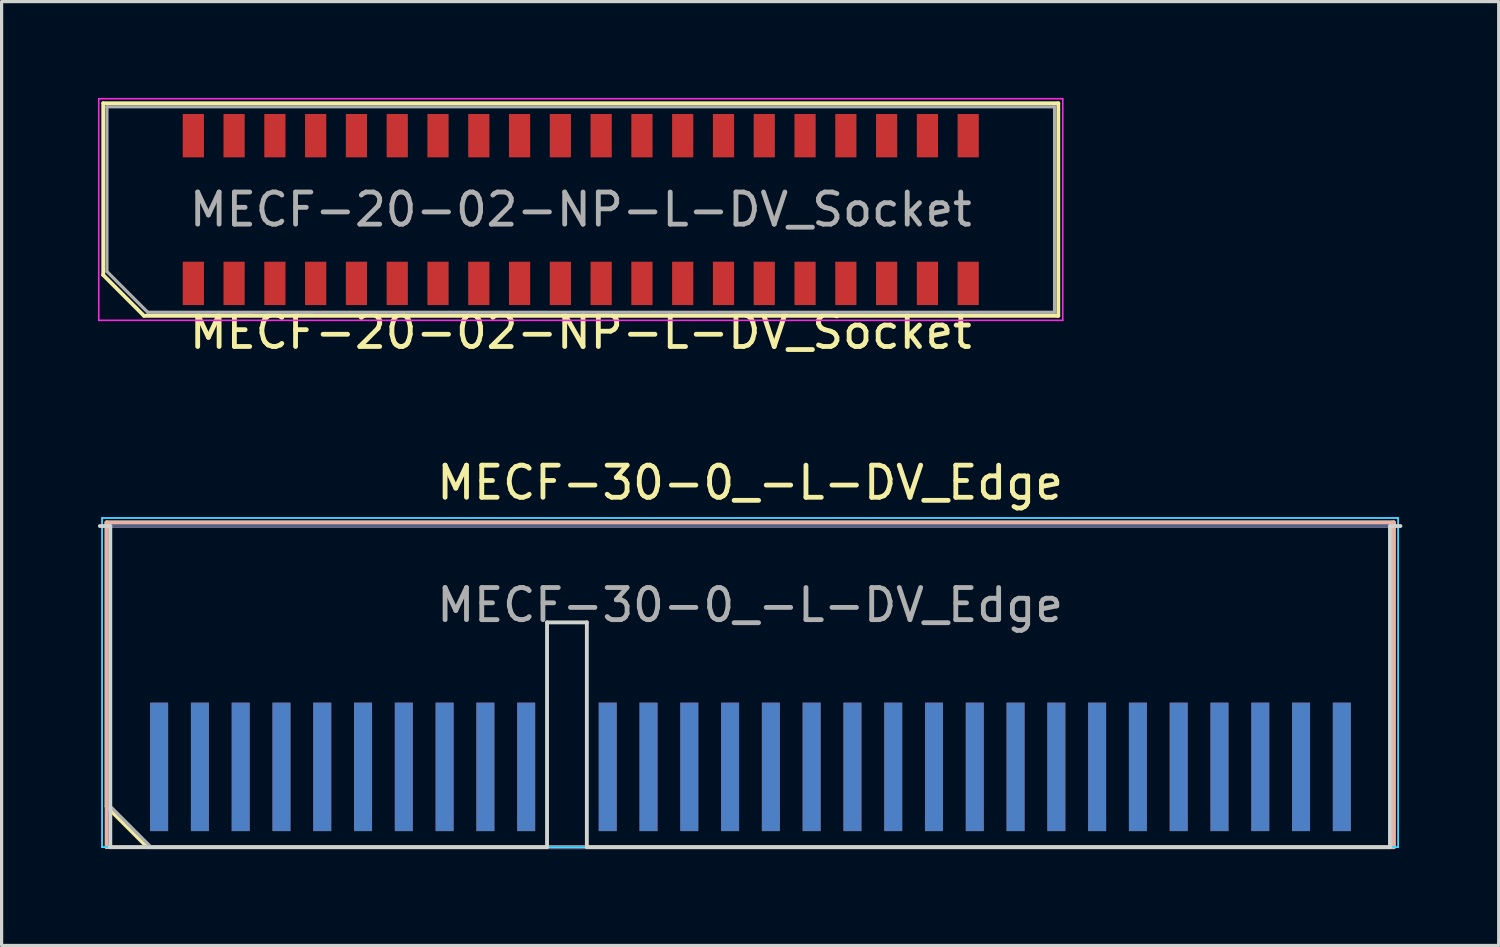
<source format=kicad_pcb>
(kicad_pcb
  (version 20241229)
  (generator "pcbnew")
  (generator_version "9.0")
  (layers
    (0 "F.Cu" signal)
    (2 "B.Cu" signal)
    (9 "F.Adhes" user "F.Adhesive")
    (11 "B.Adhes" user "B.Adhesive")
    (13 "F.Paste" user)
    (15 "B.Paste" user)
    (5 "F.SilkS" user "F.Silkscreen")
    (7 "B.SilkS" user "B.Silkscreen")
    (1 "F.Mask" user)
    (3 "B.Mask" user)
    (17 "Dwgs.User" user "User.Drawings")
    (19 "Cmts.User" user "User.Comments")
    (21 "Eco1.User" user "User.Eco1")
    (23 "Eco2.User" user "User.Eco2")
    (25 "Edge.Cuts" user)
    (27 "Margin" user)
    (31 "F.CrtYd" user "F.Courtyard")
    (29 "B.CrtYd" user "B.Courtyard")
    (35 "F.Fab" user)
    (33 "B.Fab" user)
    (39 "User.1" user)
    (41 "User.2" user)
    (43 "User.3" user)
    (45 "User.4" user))
  (footprint "MECF-30-0_-L-DV_Edge"
    (layer "F.Cu")
    (at 20.31 18.331)
    (property "Reference" "MECF-30-0_-L-DV_Edge" (at 0 -6.35 0) (layer "F.SilkS") (effects (font (size 1 1) (thickness 0.15))))
    (attr exclude_from_pos_files exclude_from_bom)
    (fp_line (start -20.04 -5.11) (end 20.04 -5.11) (stroke (width 0.12) (type solid)) (layer "F.SilkS"))
    (fp_line (start -20.04 3.73) (end -20.04 -5.11) (stroke (width 0.12) (type solid)) (layer "F.SilkS"))
    (fp_line (start -18.77 5) (end -20.04 3.73) (stroke (width 0.12) (type solid)) (layer "F.SilkS"))
    (fp_line (start -18.77 5) (end 20.04 5) (stroke (width 0.12) (type solid)) (layer "F.SilkS"))
    (fp_line (start 20.04 5) (end 20.04 -5.11) (stroke (width 0.12) (type solid)) (layer "F.SilkS"))
    (fp_line (start -20.04 -5.11) (end 20.04 -5.11) (stroke (width 0.12) (type solid)) (layer "B.SilkS"))
    (fp_line (start -20.04 5) (end -20.04 -5.11) (stroke (width 0.12) (type solid)) (layer "B.SilkS"))
    (fp_line (start -20.04 5) (end 20.04 5) (stroke (width 0.12) (type solid)) (layer "B.SilkS"))
    (fp_line (start 20.04 5) (end 20.04 -5.11) (stroke (width 0.12) (type solid)) (layer "B.SilkS"))
    (fp_line (start -20.25 -5) (end -19.925 -5) (stroke (width 0.12) (type solid)) (layer "Edge.Cuts"))
    (fp_line (start -19.925 5) (end -19.925 -5) (stroke (width 0.12) (type solid)) (layer "Edge.Cuts"))
    (fp_line (start -19.925 5) (end -6.325 5) (stroke (width 0.12) (type solid)) (layer "Edge.Cuts"))
    (fp_line (start -6.325 -2) (end -5.085 -2) (stroke (width 0.12) (type solid)) (layer "Edge.Cuts"))
    (fp_line (start -6.325 5) (end -6.325 -2) (stroke (width 0.12) (type solid)) (layer "Edge.Cuts"))
    (fp_line (start -5.085 5) (end -5.085 -2) (stroke (width 0.12) (type solid)) (layer "Edge.Cuts"))
    (fp_line (start -5.085 5) (end 19.925 5) (stroke (width 0.12) (type solid)) (layer "Edge.Cuts"))
    (fp_line (start 19.925 5) (end 19.925 -5) (stroke (width 0.12) (type solid)) (layer "Edge.Cuts"))
    (fp_line (start 20.25 -5) (end 19.925 -5) (stroke (width 0.12) (type solid)) (layer "Edge.Cuts"))
    (fp_line (start -20.18 -5.25) (end -20.18 5) (stroke (width 0.05) (type solid)) (layer "B.CrtYd"))
    (fp_line (start -20.18 5) (end 20.18 5) (stroke (width 0.05) (type solid)) (layer "B.CrtYd"))
    (fp_line (start 20.18 -5.25) (end -20.18 -5.25) (stroke (width 0.05) (type solid)) (layer "B.CrtYd"))
    (fp_line (start 20.18 5) (end 20.18 -5.25) (stroke (width 0.05) (type solid)) (layer "B.CrtYd"))
    (fp_line (start -20.18 -5.25) (end -20.18 5) (stroke (width 0.05) (type solid)) (layer "F.CrtYd"))
    (fp_line (start -20.18 5) (end 20.18 5) (stroke (width 0.05) (type solid)) (layer "F.CrtYd"))
    (fp_line (start 20.18 -5.25) (end -20.18 -5.25) (stroke (width 0.05) (type solid)) (layer "F.CrtYd"))
    (fp_line (start 20.18 5) (end 20.18 -5.25) (stroke (width 0.05) (type solid)) (layer "F.CrtYd"))
    (fp_line (start -19.925 -5) (end 19.925 -5) (stroke (width 0.1) (type solid)) (layer "B.Fab"))
    (fp_line (start -19.925 5) (end -19.925 -5) (stroke (width 0.1) (type solid)) (layer "B.Fab"))
    (fp_line (start -19.925 5) (end 19.925 5) (stroke (width 0.1) (type solid)) (layer "B.Fab"))
    (fp_line (start 19.925 5) (end 19.925 -5) (stroke (width 0.1) (type solid)) (layer "B.Fab"))
    (fp_line (start -19.925 -5) (end 19.925 -5) (stroke (width 0.1) (type solid)) (layer "F.Fab"))
    (fp_line (start -19.925 3.73) (end -19.925 -5) (stroke (width 0.1) (type solid)) (layer "F.Fab"))
    (fp_line (start -19.925 3.73) (end -18.655 5) (stroke (width 0.1) (type solid)) (layer "F.Fab"))
    (fp_line (start -18.655 5) (end 19.925 5) (stroke (width 0.1) (type solid)) (layer "F.Fab"))
    (fp_line (start 19.925 5) (end 19.925 -5) (stroke (width 0.1) (type solid)) (layer "F.Fab"))
    (fp_text user "${REFERENCE}" (at 0 -2.54 0) (layer "F.Fab") (effects (font (size 1 1) (thickness 0.15))))
    (pad "1" smd rect (at -18.405 2.5) (size 0.56 4) (layers "F.Cu" "F.Mask" "F.Paste"))
    (pad "2" smd rect (at -18.405 2.5) (size 0.56 4) (layers "B.Cu" "B.Mask" "B.Paste"))
    (pad "3" smd rect (at -17.135 2.5) (size 0.56 4) (layers "F.Cu" "F.Mask" "F.Paste"))
    (pad "4" smd rect (at -17.135 2.5) (size 0.56 4) (layers "B.Cu" "B.Mask" "B.Paste"))
    (pad "5" smd rect (at -15.865 2.5) (size 0.56 4) (layers "F.Cu" "F.Mask" "F.Paste"))
    (pad "6" smd rect (at -15.865 2.5) (size 0.56 4) (layers "B.Cu" "B.Mask" "B.Paste"))
    (pad "7" smd rect (at -14.595 2.5) (size 0.56 4) (layers "F.Cu" "F.Mask" "F.Paste"))
    (pad "8" smd rect (at -14.595 2.5) (size 0.56 4) (layers "B.Cu" "B.Mask" "B.Paste"))
    (pad "9" smd rect (at -13.325 2.5) (size 0.56 4) (layers "F.Cu" "F.Mask" "F.Paste"))
    (pad "10" smd rect (at -13.325 2.5) (size 0.56 4) (layers "B.Cu" "B.Mask" "B.Paste"))
    (pad "11" smd rect (at -12.055 2.5) (size 0.56 4) (layers "F.Cu" "F.Mask" "F.Paste"))
    (pad "12" smd rect (at -12.055 2.5) (size 0.56 4) (layers "B.Cu" "B.Mask" "B.Paste"))
    (pad "13" smd rect (at -10.785 2.5) (size 0.56 4) (layers "F.Cu" "F.Mask" "F.Paste"))
    (pad "14" smd rect (at -10.785 2.5) (size 0.56 4) (layers "B.Cu" "B.Mask" "B.Paste"))
    (pad "15" smd rect (at -9.515 2.5) (size 0.56 4) (layers "F.Cu" "F.Mask" "F.Paste"))
    (pad "16" smd rect (at -9.515 2.5) (size 0.56 4) (layers "B.Cu" "B.Mask" "B.Paste"))
    (pad "17" smd rect (at -8.245 2.5) (size 0.56 4) (layers "F.Cu" "F.Mask" "F.Paste"))
    (pad "18" smd rect (at -8.245 2.5) (size 0.56 4) (layers "B.Cu" "B.Mask" "B.Paste"))
    (pad "19" smd rect (at -6.975 2.5) (size 0.56 4) (layers "F.Cu" "F.Mask" "F.Paste"))
    (pad "20" smd rect (at -6.975 2.5) (size 0.56 4) (layers "B.Cu" "B.Mask" "B.Paste"))
    (pad "23" smd rect (at -4.435 2.5) (size 0.56 4) (layers "F.Cu" "F.Mask" "F.Paste"))
    (pad "24" smd rect (at -4.435 2.5) (size 0.56 4) (layers "B.Cu" "B.Mask" "B.Paste"))
    (pad "25" smd rect (at -3.165 2.5) (size 0.56 4) (layers "F.Cu" "F.Mask" "F.Paste"))
    (pad "26" smd rect (at -3.165 2.5) (size 0.56 4) (layers "B.Cu" "B.Mask" "B.Paste"))
    (pad "27" smd rect (at -1.895 2.5) (size 0.56 4) (layers "F.Cu" "F.Mask" "F.Paste"))
    (pad "28" smd rect (at -1.895 2.5) (size 0.56 4) (layers "B.Cu" "B.Mask" "B.Paste"))
    (pad "29" smd rect (at -0.625 2.5) (size 0.56 4) (layers "F.Cu" "F.Mask" "F.Paste"))
    (pad "30" smd rect (at -0.625 2.5) (size 0.56 4) (layers "B.Cu" "B.Mask" "B.Paste"))
    (pad "31" smd rect (at 0.645 2.5) (size 0.56 4) (layers "F.Cu" "F.Mask" "F.Paste"))
    (pad "32" smd rect (at 0.645 2.5) (size 0.56 4) (layers "B.Cu" "B.Mask" "B.Paste"))
    (pad "33" smd rect (at 1.915 2.5) (size 0.56 4) (layers "F.Cu" "F.Mask" "F.Paste"))
    (pad "34" smd rect (at 1.915 2.5) (size 0.56 4) (layers "B.Cu" "B.Mask" "B.Paste"))
    (pad "35" smd rect (at 3.185 2.5) (size 0.56 4) (layers "F.Cu" "F.Mask" "F.Paste"))
    (pad "36" smd rect (at 3.185 2.5) (size 0.56 4) (layers "B.Cu" "B.Mask" "B.Paste"))
    (pad "37" smd rect (at 4.455 2.5) (size 0.56 4) (layers "F.Cu" "F.Mask" "F.Paste"))
    (pad "38" smd rect (at 4.455 2.5) (size 0.56 4) (layers "B.Cu" "B.Mask" "B.Paste"))
    (pad "39" smd rect (at 5.725 2.5) (size 0.56 4) (layers "F.Cu" "F.Mask" "F.Paste"))
    (pad "40" smd rect (at 5.725 2.5) (size 0.56 4) (layers "B.Cu" "B.Mask" "B.Paste"))
    (pad "41" smd rect (at 6.995 2.5) (size 0.56 4) (layers "F.Cu" "F.Mask" "F.Paste"))
    (pad "42" smd rect (at 6.995 2.5) (size 0.56 4) (layers "B.Cu" "B.Mask" "B.Paste"))
    (pad "43" smd rect (at 8.265 2.5) (size 0.56 4) (layers "F.Cu" "F.Mask" "F.Paste"))
    (pad "44" smd rect (at 8.265 2.5) (size 0.56 4) (layers "B.Cu" "B.Mask" "B.Paste"))
    (pad "45" smd rect (at 9.535 2.5) (size 0.56 4) (layers "F.Cu" "F.Mask" "F.Paste"))
    (pad "46" smd rect (at 9.535 2.5) (size 0.56 4) (layers "B.Cu" "B.Mask" "B.Paste"))
    (pad "47" smd rect (at 10.805 2.5) (size 0.56 4) (layers "F.Cu" "F.Mask" "F.Paste"))
    (pad "48" smd rect (at 10.805 2.5) (size 0.56 4) (layers "B.Cu" "B.Mask" "B.Paste"))
    (pad "49" smd rect (at 12.075 2.5) (size 0.56 4) (layers "F.Cu" "F.Mask" "F.Paste"))
    (pad "50" smd rect (at 12.075 2.5) (size 0.56 4) (layers "B.Cu" "B.Mask" "B.Paste"))
    (pad "51" smd rect (at 13.345 2.5) (size 0.56 4) (layers "F.Cu" "F.Mask" "F.Paste"))
    (pad "52" smd rect (at 13.345 2.5) (size 0.56 4) (layers "B.Cu" "B.Mask" "B.Paste"))
    (pad "53" smd rect (at 14.615 2.5) (size 0.56 4) (layers "F.Cu" "F.Mask" "F.Paste"))
    (pad "54" smd rect (at 14.615 2.5) (size 0.56 4) (layers "B.Cu" "B.Mask" "B.Paste"))
    (pad "55" smd rect (at 15.885 2.5) (size 0.56 4) (layers "F.Cu" "F.Mask" "F.Paste"))
    (pad "56" smd rect (at 15.885 2.5) (size 0.56 4) (layers "B.Cu" "B.Mask" "B.Paste"))
    (pad "57" smd rect (at 17.155 2.5) (size 0.56 4) (layers "F.Cu" "F.Mask" "F.Paste"))
    (pad "58" smd rect (at 17.155 2.5) (size 0.56 4) (layers "B.Cu" "B.Mask" "B.Paste"))
    (pad "59" smd rect (at 18.425 2.5) (size 0.56 4) (layers "F.Cu" "F.Mask" "F.Paste"))
    (pad "60" smd rect (at 18.425 2.5) (size 0.56 4) (layers "B.Cu" "B.Mask" "B.Paste")))
  (footprint "MECF-20-02-NP-L-DV_Socket"
    (layer "F.Cu")
    (at 15.035 3.475)
    (property "Reference" "MECF-20-02-NP-L-DV_Socket" (at 0 3.81 0) (layer "F.SilkS") (effects (font (size 1 1) (thickness 0.15))))
    (attr smd)
    (fp_line (start -14.87 -3.31) (end 14.87 -3.31) (stroke (width 0.12) (type solid)) (layer "F.SilkS"))
    (fp_line (start -14.87 2.04) (end -14.87 -3.31) (stroke (width 0.12) (type solid)) (layer "F.SilkS"))
    (fp_line (start -13.6 3.31) (end -14.87 2.04) (stroke (width 0.12) (type solid)) (layer "F.SilkS"))
    (fp_line (start -13.6 3.31) (end 14.87 3.31) (stroke (width 0.12) (type solid)) (layer "F.SilkS"))
    (fp_line (start 14.87 3.31) (end 14.87 -3.31) (stroke (width 0.12) (type solid)) (layer "F.SilkS"))
    (fp_line (start -15.01 -3.45) (end -15.01 3.45) (stroke (width 0.05) (type solid)) (layer "F.CrtYd"))
    (fp_line (start -15.01 3.45) (end 15.01 3.45) (stroke (width 0.05) (type solid)) (layer "F.CrtYd"))
    (fp_line (start 15.01 -3.45) (end -15.01 -3.45) (stroke (width 0.05) (type solid)) (layer "F.CrtYd"))
    (fp_line (start 15.01 3.45) (end 15.01 -3.45) (stroke (width 0.05) (type solid)) (layer "F.CrtYd"))
    (fp_line (start -14.755 -3.2) (end 14.755 -3.2) (stroke (width 0.1) (type solid)) (layer "F.Fab"))
    (fp_line (start -14.755 1.93) (end -14.755 -3.2) (stroke (width 0.1) (type solid)) (layer "F.Fab"))
    (fp_line (start -14.755 1.93) (end -13.485 3.2) (stroke (width 0.1) (type solid)) (layer "F.Fab"))
    (fp_line (start -13.485 3.2) (end 14.755 3.2) (stroke (width 0.1) (type solid)) (layer "F.Fab"))
    (fp_line (start 14.755 3.2) (end 14.755 -3.2) (stroke (width 0.1) (type solid)) (layer "F.Fab"))
    (fp_text user "${REFERENCE}" (at 0 0 0) (layer "F.Fab") (effects (font (size 1 1) (thickness 0.15))))
    (pad "" np_thru_hole circle (at -13.845 0) (size 0.001 0.001) (drill 1.45) (layers "*.Cu" "*.Mask"))
    (pad "" np_thru_hole circle (at 13.845 1) (size 0.001 0.001) (drill 1.45) (layers "*.Cu" "*.Mask"))
    (pad "1" smd rect (at -12.065 2.3) (size 0.66 1.35) (layers "F.Cu" "F.Mask" "F.Paste"))
    (pad "2" smd rect (at -12.065 -2.3) (size 0.66 1.35) (layers "F.Cu" "F.Mask" "F.Paste"))
    (pad "3" smd rect (at -10.795 2.3) (size 0.66 1.35) (layers "F.Cu" "F.Mask" "F.Paste"))
    (pad "4" smd rect (at -10.795 -2.3) (size 0.66 1.35) (layers "F.Cu" "F.Mask" "F.Paste"))
    (pad "5" smd rect (at -9.525 2.3) (size 0.66 1.35) (layers "F.Cu" "F.Mask" "F.Paste"))
    (pad "6" smd rect (at -9.525 -2.3) (size 0.66 1.35) (layers "F.Cu" "F.Mask" "F.Paste"))
    (pad "7" smd rect (at -8.255 2.3) (size 0.66 1.35) (layers "F.Cu" "F.Mask" "F.Paste"))
    (pad "8" smd rect (at -8.255 -2.3) (size 0.66 1.35) (layers "F.Cu" "F.Mask" "F.Paste"))
    (pad "9" smd rect (at -6.985 2.3) (size 0.66 1.35) (layers "F.Cu" "F.Mask" "F.Paste"))
    (pad "10" smd rect (at -6.985 -2.3) (size 0.66 1.35) (layers "F.Cu" "F.Mask" "F.Paste"))
    (pad "11" smd rect (at -5.715 2.3) (size 0.66 1.35) (layers "F.Cu" "F.Mask" "F.Paste"))
    (pad "12" smd rect (at -5.715 -2.3) (size 0.66 1.35) (layers "F.Cu" "F.Mask" "F.Paste"))
    (pad "13" smd rect (at -4.445 2.3) (size 0.66 1.35) (layers "F.Cu" "F.Mask" "F.Paste"))
    (pad "14" smd rect (at -4.445 -2.3) (size 0.66 1.35) (layers "F.Cu" "F.Mask" "F.Paste"))
    (pad "15" smd rect (at -3.175 2.3) (size 0.66 1.35) (layers "F.Cu" "F.Mask" "F.Paste"))
    (pad "16" smd rect (at -3.175 -2.3) (size 0.66 1.35) (layers "F.Cu" "F.Mask" "F.Paste"))
    (pad "17" smd rect (at -1.905 2.3) (size 0.66 1.35) (layers "F.Cu" "F.Mask" "F.Paste"))
    (pad "18" smd rect (at -1.905 -2.3) (size 0.66 1.35) (layers "F.Cu" "F.Mask" "F.Paste"))
    (pad "19" smd rect (at -0.635 2.3) (size 0.66 1.35) (layers "F.Cu" "F.Mask" "F.Paste"))
    (pad "20" smd rect (at -0.635 -2.3) (size 0.66 1.35) (layers "F.Cu" "F.Mask" "F.Paste"))
    (pad "21" smd rect (at 0.635 2.3) (size 0.66 1.35) (layers "F.Cu" "F.Mask" "F.Paste"))
    (pad "22" smd rect (at 0.635 -2.3) (size 0.66 1.35) (layers "F.Cu" "F.Mask" "F.Paste"))
    (pad "23" smd rect (at 1.905 2.3) (size 0.66 1.35) (layers "F.Cu" "F.Mask" "F.Paste"))
    (pad "24" smd rect (at 1.905 -2.3) (size 0.66 1.35) (layers "F.Cu" "F.Mask" "F.Paste"))
    (pad "25" smd rect (at 3.175 2.3) (size 0.66 1.35) (layers "F.Cu" "F.Mask" "F.Paste"))
    (pad "26" smd rect (at 3.175 -2.3) (size 0.66 1.35) (layers "F.Cu" "F.Mask" "F.Paste"))
    (pad "27" smd rect (at 4.445 2.3) (size 0.66 1.35) (layers "F.Cu" "F.Mask" "F.Paste"))
    (pad "28" smd rect (at 4.445 -2.3) (size 0.66 1.35) (layers "F.Cu" "F.Mask" "F.Paste"))
    (pad "29" smd rect (at 5.715 2.3) (size 0.66 1.35) (layers "F.Cu" "F.Mask" "F.Paste"))
    (pad "30" smd rect (at 5.715 -2.3) (size 0.66 1.35) (layers "F.Cu" "F.Mask" "F.Paste"))
    (pad "31" smd rect (at 6.985 2.3) (size 0.66 1.35) (layers "F.Cu" "F.Mask" "F.Paste"))
    (pad "32" smd rect (at 6.985 -2.3) (size 0.66 1.35) (layers "F.Cu" "F.Mask" "F.Paste"))
    (pad "33" smd rect (at 8.255 2.3) (size 0.66 1.35) (layers "F.Cu" "F.Mask" "F.Paste"))
    (pad "34" smd rect (at 8.255 -2.3) (size 0.66 1.35) (layers "F.Cu" "F.Mask" "F.Paste"))
    (pad "35" smd rect (at 9.525 2.3) (size 0.66 1.35) (layers "F.Cu" "F.Mask" "F.Paste"))
    (pad "36" smd rect (at 9.525 -2.3) (size 0.66 1.35) (layers "F.Cu" "F.Mask" "F.Paste"))
    (pad "37" smd rect (at 10.795 2.3) (size 0.66 1.35) (layers "F.Cu" "F.Mask" "F.Paste"))
    (pad "38" smd rect (at 10.795 -2.3) (size 0.66 1.35) (layers "F.Cu" "F.Mask" "F.Paste"))
    (pad "39" smd rect (at 12.065 2.3) (size 0.66 1.35) (layers "F.Cu" "F.Mask" "F.Paste"))
    (pad "40" smd rect (at 12.065 -2.3) (size 0.66 1.35) (layers "F.Cu" "F.Mask" "F.Paste")))
  (gr_rect
    (start -3 -3)
    (end 43.62 26.392)
    (stroke (width 0.1) (type default))
    (fill no)
    (layer "Edge.Cuts")))
</source>
